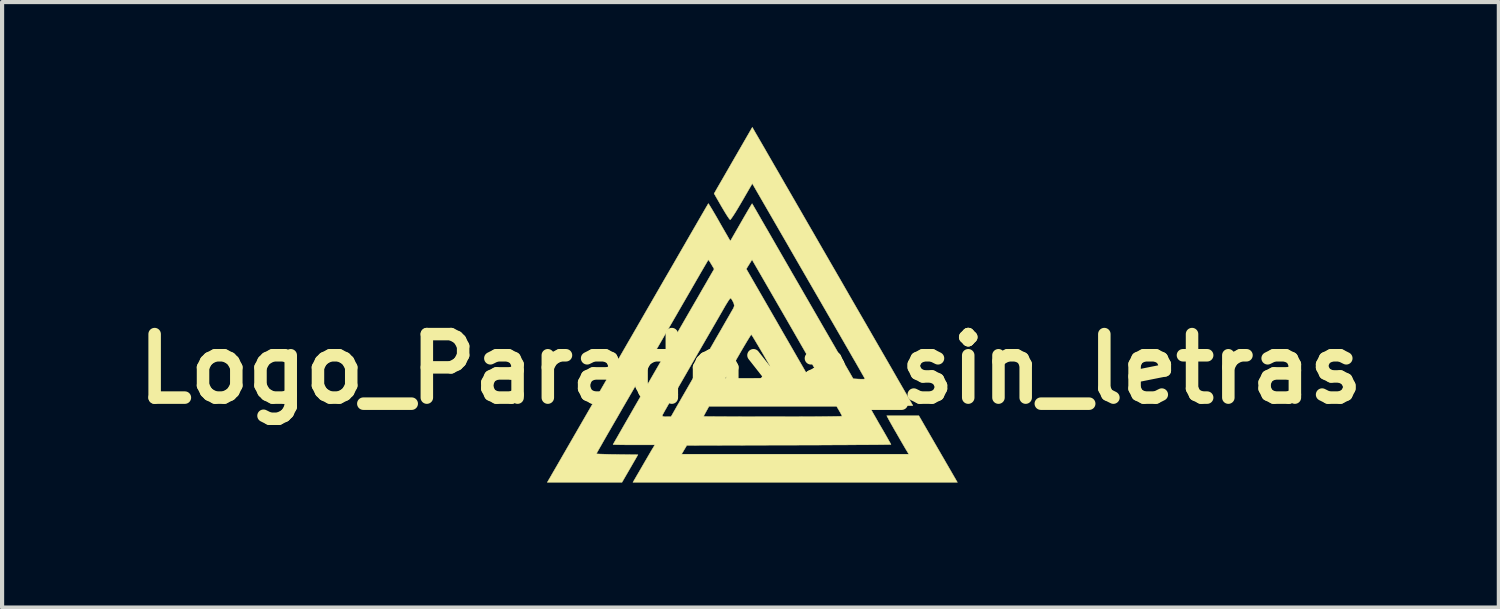
<source format=kicad_pcb>
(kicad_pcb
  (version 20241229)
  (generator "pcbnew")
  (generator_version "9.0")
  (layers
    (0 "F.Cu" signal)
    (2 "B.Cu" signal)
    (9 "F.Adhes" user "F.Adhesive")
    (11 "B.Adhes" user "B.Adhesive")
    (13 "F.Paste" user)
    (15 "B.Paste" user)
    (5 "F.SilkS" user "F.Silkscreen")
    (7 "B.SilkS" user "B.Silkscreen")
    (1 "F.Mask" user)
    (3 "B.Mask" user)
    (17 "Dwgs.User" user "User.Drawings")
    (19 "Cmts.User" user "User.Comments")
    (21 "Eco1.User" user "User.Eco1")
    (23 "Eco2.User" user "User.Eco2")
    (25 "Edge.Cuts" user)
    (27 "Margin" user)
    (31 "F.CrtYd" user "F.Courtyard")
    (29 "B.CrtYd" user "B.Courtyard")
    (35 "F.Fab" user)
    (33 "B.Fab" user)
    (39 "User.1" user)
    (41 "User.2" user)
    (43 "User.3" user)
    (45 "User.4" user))
  (footprint "Logo_Paradoxa_sin_letras"
    (layer "F.Cu")
    (at 14.957 5.801)
    (property "Reference" "Logo_Paradoxa_sin_letras" (at 0 0 0) (layer "F.SilkS") (effects (font (size 1.524 1.524) (thickness 0.3))))
    (attr through_hole)
    (fp_poly (pts (xy 0.106 -5.689) (xy 0.129 -5.649) (xy 0.175 -5.57) (xy 0.241 -5.456) (xy 0.326 -5.31) (xy 0.426 -5.136) (xy 0.54 -4.938) (xy 0.666 -4.721) (xy 0.8 -4.487) (xy 0.942 -4.242) (xy 1.005 -4.133) (xy 1.161 -3.863) (xy 1.338 -3.556) (xy 1.531 -3.222) (xy 1.735 -2.868) (xy 1.946 -2.503) (xy 2.16 -2.133) (xy 2.371 -1.766) (xy 2.576 -1.411) (xy 2.77 -1.076) (xy 2.868 -0.906) (xy 3.026 -0.632) (xy 3.177 -0.371) (xy 3.318 -0.127) (xy 3.448 0.099) (xy 3.565 0.303) (xy 3.668 0.481) (xy 3.754 0.63) (xy 3.821 0.747) (xy 3.868 0.83) (xy 3.893 0.874) (xy 3.896 0.88) (xy 3.872 0.882) (xy 3.806 0.883) (xy 3.704 0.883) (xy 3.574 0.882) (xy 3.424 0.88) (xy 3.372 0.879) (xy 3.216 0.878) (xy 3.079 0.878) (xy 2.967 0.879) (xy 2.888 0.882) (xy 2.85 0.886) (xy 2.847 0.887) (xy 2.859 0.912) (xy 2.893 0.974) (xy 2.944 1.065) (xy 3.01 1.18) (xy 3.085 1.312) (xy 3.109 1.353) (xy 3.188 1.488) (xy 3.257 1.608) (xy 3.312 1.706) (xy 3.352 1.776) (xy 3.371 1.811) (xy 3.372 1.814) (xy 3.347 1.815) (xy 3.276 1.817) (xy 3.162 1.818) (xy 3.008 1.82) (xy 2.818 1.821) (xy 2.594 1.822) (xy 2.341 1.824) (xy 2.061 1.825) (xy 1.759 1.827) (xy 1.437 1.828) (xy 1.099 1.829) (xy 0.922 1.829) (xy -1.528 1.836) (xy -1.591 1.942) (xy -1.653 2.048) (xy 3.8 2.048) (xy 3.751 1.967) (xy 3.708 1.895) (xy 3.651 1.797) (xy 3.584 1.682) (xy 3.514 1.56) (xy 3.445 1.441) (xy 3.385 1.335) (xy 3.338 1.251) (xy 3.31 1.2) (xy 3.309 1.198) (xy 3.27 1.124) (xy 4.04 1.124) (xy 4.965 2.722) (xy -2.82 2.722) (xy -2.606 2.354) (xy -2.532 2.226) (xy -2.462 2.106) (xy -2.404 2.006) (xy -2.361 1.933) (xy -2.343 1.904) (xy -2.294 1.823) (xy -2.795 1.823) (xy -2.947 1.823) (xy -3.081 1.822) (xy -3.188 1.82) (xy -3.263 1.818) (xy -3.296 1.815) (xy -3.297 1.814) (xy -3.285 1.792) (xy -3.249 1.729) (xy -3.192 1.63) (xy -3.116 1.497) (xy -3.022 1.333) (xy -2.912 1.142) (xy -2.896 1.114) (xy -2.115 1.114) (xy -2.111 1.136) (xy -2.072 1.147) (xy -2.018 1.149) (xy -1.907 1.149) (xy -1.902 1.14) (xy -1.124 1.14) (xy -1.1 1.141) (xy -1.029 1.143) (xy -0.918 1.144) (xy -0.768 1.145) (xy -0.585 1.146) (xy -0.372 1.147) (xy -0.135 1.148) (xy 0.125 1.149) (xy 0.401 1.149) (xy 0.537 1.149) (xy 0.82 1.149) (xy 1.088 1.148) (xy 1.336 1.147) (xy 1.561 1.146) (xy 1.759 1.144) (xy 1.925 1.142) (xy 2.055 1.14) (xy 2.146 1.138) (xy 2.192 1.136) (xy 2.198 1.135) (xy 2.186 1.107) (xy 2.157 1.051) (xy 2.133 1.01) (xy 2.068 0.899) (xy -0.995 0.899) (xy -1.059 1.015) (xy -1.095 1.081) (xy -1.119 1.127) (xy -1.124 1.14) (xy -1.902 1.14) (xy -1.797 0.955) (xy -1.763 0.895) (xy -1.706 0.796) (xy -1.631 0.665) (xy -1.539 0.506) (xy -1.434 0.323) (xy -1.377 0.225) (xy -0.605 0.225) (xy 0.012 0.225) (xy 0.181 0.224) (xy 0.331 0.222) (xy 0.457 0.218) (xy 0.551 0.214) (xy 0.607 0.209) (xy 0.62 0.204) (xy 0.601 0.166) (xy 0.562 0.096) (xy 0.508 -0.001) (xy 0.442 -0.116) (xy 0.37 -0.241) (xy 0.295 -0.371) (xy 0.221 -0.496) (xy 0.153 -0.611) (xy 0.095 -0.708) (xy 0.051 -0.78) (xy 0.025 -0.818) (xy 0.021 -0.823) (xy 0.004 -0.803) (xy -0.033 -0.745) (xy -0.087 -0.657) (xy -0.155 -0.543) (xy -0.232 -0.412) (xy -0.264 -0.356) (xy -0.346 -0.214) (xy -0.421 -0.085) (xy -0.485 0.026) (xy -0.534 0.11) (xy -0.564 0.161) (xy -0.569 0.169) (xy -0.605 0.225) (xy -1.377 0.225) (xy -1.319 0.123) (xy -1.196 -0.089) (xy -1.069 -0.309) (xy -1.06 -0.325) (xy -0.936 -0.539) (xy -0.82 -0.742) (xy -0.712 -0.928) (xy -0.617 -1.094) (xy -0.536 -1.234) (xy -0.472 -1.346) (xy -0.427 -1.424) (xy -0.405 -1.463) (xy -0.404 -1.466) (xy -0.388 -1.515) (xy -0.399 -1.57) (xy -0.417 -1.61) (xy -0.448 -1.666) (xy -0.473 -1.697) (xy -0.478 -1.698) (xy -0.499 -1.678) (xy -0.536 -1.625) (xy -0.583 -1.549) (xy -0.595 -1.53) (xy -0.84 -1.104) (xy -1.062 -0.721) (xy -1.26 -0.378) (xy -1.435 -0.074) (xy -1.588 0.192) (xy -1.72 0.421) (xy -1.832 0.615) (xy -1.924 0.775) (xy -1.997 0.903) (xy -2.052 0.999) (xy -2.089 1.066) (xy -2.11 1.104) (xy -2.115 1.114) (xy -2.896 1.114) (xy -2.789 0.927) (xy -2.653 0.691) (xy -2.506 0.437) (xy -2.351 0.168) (xy -2.245 -0.015) (xy -2.081 -0.3) (xy -1.921 -0.577) (xy -1.767 -0.844) (xy -1.621 -1.097) (xy -1.486 -1.331) (xy -1.364 -1.542) (xy -1.256 -1.728) (xy -1.167 -1.884) (xy -1.096 -2.006) (xy -1.047 -2.09) (xy -1.033 -2.116) (xy -0.871 -2.396) (xy -0.872 -2.398) (xy -0.1 -2.398) (xy 0.653 -1.093) (xy 0.787 -0.859) (xy 0.915 -0.638) (xy 1.033 -0.433) (xy 1.139 -0.249) (xy 1.231 -0.09) (xy 1.307 0.042) (xy 1.364 0.142) (xy 1.402 0.206) (xy 1.416 0.231) (xy 1.416 0.231) (xy 1.445 0.242) (xy 1.507 0.249) (xy 1.553 0.25) (xy 1.626 0.248) (xy 1.661 0.238) (xy 1.666 0.218) (xy 1.662 0.206) (xy 1.647 0.177) (xy 1.609 0.109) (xy 1.55 0.005) (xy 1.473 -0.131) (xy 1.379 -0.295) (xy 1.271 -0.483) (xy 1.151 -0.692) (xy 1.021 -0.918) (xy 0.883 -1.158) (xy 0.842 -1.229) (xy 0.038 -2.62) (xy -0.031 -2.509) (xy -0.1 -2.398) (xy -0.872 -2.398) (xy -0.938 -2.51) (xy -0.976 -2.573) (xy -1.004 -2.611) (xy -1.012 -2.617) (xy -1.025 -2.595) (xy -1.061 -2.533) (xy -1.119 -2.434) (xy -1.196 -2.302) (xy -1.29 -2.139) (xy -1.399 -1.95) (xy -1.522 -1.737) (xy -1.657 -1.504) (xy -1.801 -1.254) (xy -1.954 -0.99) (xy -1.999 -0.912) (xy -2.164 -0.625) (xy -2.331 -0.337) (xy -2.495 -0.052) (xy -2.655 0.224) (xy -2.806 0.487) (xy -2.947 0.731) (xy -3.075 0.951) (xy -3.185 1.143) (xy -3.277 1.301) (xy -3.338 1.407) (xy -3.43 1.566) (xy -3.513 1.711) (xy -3.584 1.836) (xy -3.641 1.935) (xy -3.679 2.003) (xy -3.696 2.035) (xy -3.696 2.037) (xy -3.673 2.04) (xy -3.606 2.044) (xy -3.505 2.047) (xy -3.377 2.051) (xy -3.228 2.053) (xy -3.198 2.054) (xy -2.7 2.06) (xy -2.891 2.391) (xy -3.083 2.722) (xy -4.875 2.722) (xy -4.813 2.616) (xy -4.794 2.583) (xy -4.751 2.508) (xy -4.686 2.396) (xy -4.6 2.247) (xy -4.495 2.065) (xy -4.372 1.852) (xy -4.233 1.611) (xy -4.079 1.344) (xy -3.911 1.053) (xy -3.731 0.742) (xy -3.54 0.411) (xy -3.34 0.065) (xy -3.133 -0.295) (xy -2.919 -0.666) (xy -2.885 -0.724) (xy -2.671 -1.095) (xy -2.464 -1.454) (xy -2.265 -1.798) (xy -2.076 -2.126) (xy -1.897 -2.434) (xy -1.731 -2.722) (xy -1.579 -2.985) (xy -1.442 -3.223) (xy -1.321 -3.432) (xy -1.218 -3.61) (xy -1.134 -3.755) (xy -1.071 -3.864) (xy -1.029 -3.935) (xy -1.012 -3.965) (xy -1.011 -3.967) (xy -0.997 -3.949) (xy -0.963 -3.894) (xy -0.912 -3.81) (xy -0.849 -3.703) (xy -0.795 -3.61) (xy -0.722 -3.481) (xy -0.653 -3.361) (xy -0.594 -3.259) (xy -0.551 -3.185) (xy -0.535 -3.156) (xy -0.483 -3.067) (xy -0.224 -3.518) (xy -0.147 -3.652) (xy -0.078 -3.77) (xy -0.022 -3.865) (xy 0.018 -3.932) (xy 0.038 -3.963) (xy 0.04 -3.964) (xy 0.053 -3.942) (xy 0.088 -3.882) (xy 0.142 -3.789) (xy 0.211 -3.669) (xy 0.293 -3.526) (xy 0.385 -3.367) (xy 0.426 -3.297) (xy 0.519 -3.135) (xy 0.604 -2.987) (xy 0.683 -2.85) (xy 0.759 -2.718) (xy 0.835 -2.586) (xy 0.913 -2.451) (xy 0.996 -2.306) (xy 1.087 -2.149) (xy 1.189 -1.973) (xy 1.303 -1.775) (xy 1.433 -1.55) (xy 1.582 -1.292) (xy 1.751 -0.998) (xy 1.83 -0.862) (xy 2.465 0.237) (xy 2.606 0.245) (xy 2.682 0.247) (xy 2.734 0.245) (xy 2.747 0.241) (xy 2.745 0.236) (xy 2.738 0.222) (xy 2.725 0.198) (xy 2.704 0.161) (xy 2.675 0.11) (xy 2.637 0.043) (xy 2.588 -0.043) (xy 2.528 -0.148) (xy 2.454 -0.275) (xy 2.367 -0.427) (xy 2.265 -0.604) (xy 2.147 -0.809) (xy 2.012 -1.043) (xy 1.858 -1.309) (xy 1.685 -1.609) (xy 1.491 -1.944) (xy 1.276 -2.316) (xy 1.038 -2.728) (xy 0.777 -3.181) (xy 0.756 -3.217) (xy 0.044 -4.448) (xy -0.209 -4.011) (xy -0.287 -3.879) (xy -0.357 -3.763) (xy -0.417 -3.67) (xy -0.461 -3.607) (xy -0.485 -3.578) (xy -0.487 -3.578) (xy -0.508 -3.599) (xy -0.548 -3.657) (xy -0.602 -3.742) (xy -0.665 -3.848) (xy -0.692 -3.893) (xy -0.872 -4.206) (xy -0.793 -4.345) (xy -0.76 -4.402) (xy -0.706 -4.495) (xy -0.635 -4.618) (xy -0.551 -4.764) (xy -0.458 -4.926) (xy -0.36 -5.096) (xy -0.335 -5.139) (xy 0.044 -5.796) (xy 0.106 -5.689)) (stroke (width 0.01) (type solid)) (fill yes) (layer "F.SilkS")))
  (gr_rect
    (start -3 -3)
    (end 32.914 11.528)
    (stroke (width 0.1) (type default))
    (fill no)
    (layer "Edge.Cuts")))
</source>
